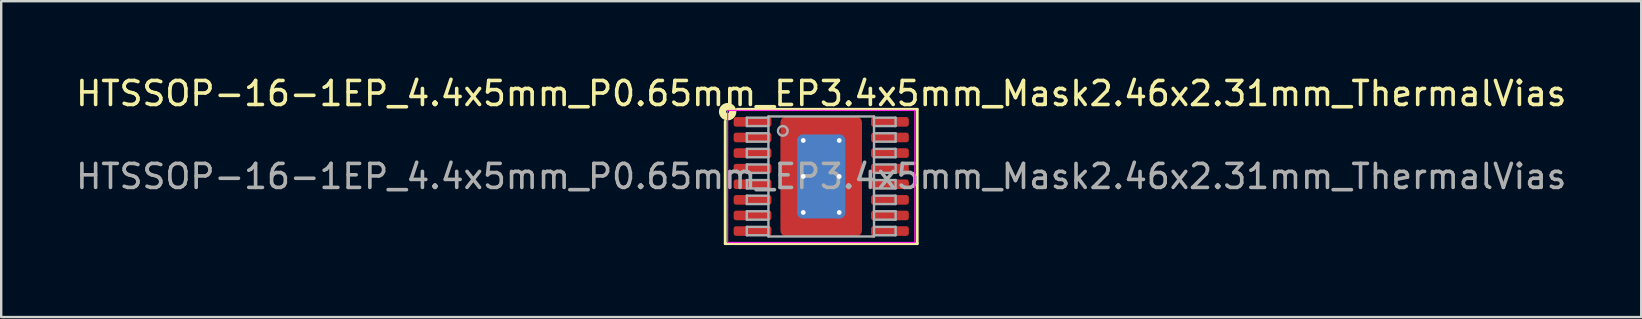
<source format=kicad_pcb>
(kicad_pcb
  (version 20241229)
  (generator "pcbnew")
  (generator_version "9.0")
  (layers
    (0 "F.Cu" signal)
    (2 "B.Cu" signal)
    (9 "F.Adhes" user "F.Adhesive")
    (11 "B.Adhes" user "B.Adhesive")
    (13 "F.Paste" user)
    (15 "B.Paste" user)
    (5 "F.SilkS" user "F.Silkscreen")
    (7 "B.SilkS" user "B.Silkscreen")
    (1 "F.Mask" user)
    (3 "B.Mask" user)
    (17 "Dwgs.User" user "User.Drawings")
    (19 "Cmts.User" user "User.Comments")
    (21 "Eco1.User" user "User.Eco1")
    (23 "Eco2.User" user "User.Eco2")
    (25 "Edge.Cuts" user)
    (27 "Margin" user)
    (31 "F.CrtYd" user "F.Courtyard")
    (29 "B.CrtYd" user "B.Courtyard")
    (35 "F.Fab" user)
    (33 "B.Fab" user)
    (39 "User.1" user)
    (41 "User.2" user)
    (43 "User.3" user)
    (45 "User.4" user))
  (footprint "HTSSOP-16-1EP_4.4x5mm_P0.65mm_EP3.4x5mm_Mask2.46x2.31mm_ThermalVias"
    (layer "F.Cu")
    (at 31.173 4.304)
    (property "Reference" "HTSSOP-16-1EP_4.4x5mm_P0.65mm_EP3.4x5mm_Mask2.46x2.31mm_ThermalVias" (at 0 -3.456 0) (layer "F.SilkS") (effects (font (size 1 1) (thickness 0.15))))
    (attr smd)
    (fp_line (start -4 2.8) (end -4 -2.3) (stroke (width 0.12) (type solid)) (layer "F.SilkS"))
    (fp_line (start -3.5 -2.8) (end 4 -2.8) (stroke (width 0.12) (type solid)) (layer "F.SilkS"))
    (fp_line (start 4 -2.8) (end 4 2.8) (stroke (width 0.12) (type solid)) (layer "F.SilkS"))
    (fp_line (start 4 2.8) (end -4 2.8) (stroke (width 0.12) (type solid)) (layer "F.SilkS"))
    (fp_circle (center -3.9 -2.7) (end -3.837 -2.7) (stroke (width 0.3) (type solid)) (fill no) (layer "F.SilkS"))
    (fp_line (start -3.9 -2.75) (end -3.9 2.75) (stroke (width 0.05) (type solid)) (layer "F.CrtYd"))
    (fp_line (start -3.9 2.75) (end 3.9 2.75) (stroke (width 0.05) (type solid)) (layer "F.CrtYd"))
    (fp_line (start 3.9 -2.75) (end -3.9 -2.75) (stroke (width 0.05) (type solid)) (layer "F.CrtYd"))
    (fp_line (start 3.9 2.75) (end 3.9 -2.75) (stroke (width 0.05) (type solid)) (layer "F.CrtYd"))
    (fp_line (start -3.1 -2.45) (end -3.1 -2.1) (stroke (width 0.1) (type solid)) (layer "F.Fab"))
    (fp_line (start -3.1 -2.45) (end -2.2 -2.45) (stroke (width 0.1) (type solid)) (layer "F.Fab"))
    (fp_line (start -3.1 -2.1) (end -2.2 -2.1) (stroke (width 0.1) (type solid)) (layer "F.Fab"))
    (fp_line (start -3.1 -1.8) (end -3.1 -1.45) (stroke (width 0.1) (type solid)) (layer "F.Fab"))
    (fp_line (start -3.1 -1.8) (end -2.2 -1.8) (stroke (width 0.1) (type solid)) (layer "F.Fab"))
    (fp_line (start -3.1 -1.45) (end -2.2 -1.45) (stroke (width 0.1) (type solid)) (layer "F.Fab"))
    (fp_line (start -3.1 -1.15) (end -3.1 -0.8) (stroke (width 0.1) (type solid)) (layer "F.Fab"))
    (fp_line (start -3.1 -1.15) (end -2.2 -1.15) (stroke (width 0.1) (type solid)) (layer "F.Fab"))
    (fp_line (start -3.1 -0.8) (end -2.2 -0.8) (stroke (width 0.1) (type solid)) (layer "F.Fab"))
    (fp_line (start -3.1 -0.5) (end -3.1 -0.15) (stroke (width 0.1) (type solid)) (layer "F.Fab"))
    (fp_line (start -3.1 -0.5) (end -2.2 -0.5) (stroke (width 0.1) (type solid)) (layer "F.Fab"))
    (fp_line (start -3.1 -0.15) (end -2.2 -0.15) (stroke (width 0.1) (type solid)) (layer "F.Fab"))
    (fp_line (start -3.1 0.15) (end -3.1 0.5) (stroke (width 0.1) (type solid)) (layer "F.Fab"))
    (fp_line (start -3.1 0.15) (end -2.2 0.15) (stroke (width 0.1) (type solid)) (layer "F.Fab"))
    (fp_line (start -3.1 0.5) (end -2.2 0.5) (stroke (width 0.1) (type solid)) (layer "F.Fab"))
    (fp_line (start -3.1 0.8) (end -3.1 1.15) (stroke (width 0.1) (type solid)) (layer "F.Fab"))
    (fp_line (start -3.1 0.8) (end -2.2 0.8) (stroke (width 0.1) (type solid)) (layer "F.Fab"))
    (fp_line (start -3.1 1.15) (end -2.2 1.15) (stroke (width 0.1) (type solid)) (layer "F.Fab"))
    (fp_line (start -3.1 1.45) (end -3.1 1.8) (stroke (width 0.1) (type solid)) (layer "F.Fab"))
    (fp_line (start -3.1 1.45) (end -2.2 1.45) (stroke (width 0.1) (type solid)) (layer "F.Fab"))
    (fp_line (start -3.1 1.8) (end -2.2 1.8) (stroke (width 0.1) (type solid)) (layer "F.Fab"))
    (fp_line (start -3.1 2.1) (end -3.1 2.45) (stroke (width 0.1) (type solid)) (layer "F.Fab"))
    (fp_line (start -3.1 2.1) (end -2.2 2.1) (stroke (width 0.1) (type solid)) (layer "F.Fab"))
    (fp_line (start -3.1 2.45) (end -2.2 2.45) (stroke (width 0.1) (type solid)) (layer "F.Fab"))
    (fp_line (start -2.2 -2.5) (end 2.2 -2.5) (stroke (width 0.1) (type solid)) (layer "F.Fab"))
    (fp_line (start -2.2 2.5) (end -2.2 -2.5) (stroke (width 0.1) (type solid)) (layer "F.Fab"))
    (fp_line (start 2.2 -2.5) (end 2.2 2.5) (stroke (width 0.1) (type solid)) (layer "F.Fab"))
    (fp_line (start 2.2 2.5) (end -2.2 2.5) (stroke (width 0.1) (type solid)) (layer "F.Fab"))
    (fp_line (start 3.1 -2.45) (end 2.2 -2.45) (stroke (width 0.1) (type solid)) (layer "F.Fab"))
    (fp_line (start 3.1 -2.1) (end 2.2 -2.1) (stroke (width 0.1) (type solid)) (layer "F.Fab"))
    (fp_line (start 3.1 -2.1) (end 3.1 -2.45) (stroke (width 0.1) (type solid)) (layer "F.Fab"))
    (fp_line (start 3.1 -1.8) (end 2.2 -1.8) (stroke (width 0.1) (type solid)) (layer "F.Fab"))
    (fp_line (start 3.1 -1.45) (end 2.2 -1.45) (stroke (width 0.1) (type solid)) (layer "F.Fab"))
    (fp_line (start 3.1 -1.45) (end 3.1 -1.8) (stroke (width 0.1) (type solid)) (layer "F.Fab"))
    (fp_line (start 3.1 -1.15) (end 2.2 -1.15) (stroke (width 0.1) (type solid)) (layer "F.Fab"))
    (fp_line (start 3.1 -0.8) (end 2.2 -0.8) (stroke (width 0.1) (type solid)) (layer "F.Fab"))
    (fp_line (start 3.1 -0.8) (end 3.1 -1.15) (stroke (width 0.1) (type solid)) (layer "F.Fab"))
    (fp_line (start 3.1 -0.5) (end 2.2 -0.5) (stroke (width 0.1) (type solid)) (layer "F.Fab"))
    (fp_line (start 3.1 -0.15) (end 2.2 -0.15) (stroke (width 0.1) (type solid)) (layer "F.Fab"))
    (fp_line (start 3.1 -0.15) (end 3.1 -0.5) (stroke (width 0.1) (type solid)) (layer "F.Fab"))
    (fp_line (start 3.1 0.15) (end 2.2 0.15) (stroke (width 0.1) (type solid)) (layer "F.Fab"))
    (fp_line (start 3.1 0.5) (end 2.2 0.5) (stroke (width 0.1) (type solid)) (layer "F.Fab"))
    (fp_line (start 3.1 0.5) (end 3.1 0.15) (stroke (width 0.1) (type solid)) (layer "F.Fab"))
    (fp_line (start 3.1 0.8) (end 2.2 0.8) (stroke (width 0.1) (type solid)) (layer "F.Fab"))
    (fp_line (start 3.1 1.15) (end 2.2 1.15) (stroke (width 0.1) (type solid)) (layer "F.Fab"))
    (fp_line (start 3.1 1.15) (end 3.1 0.8) (stroke (width 0.1) (type solid)) (layer "F.Fab"))
    (fp_line (start 3.1 1.45) (end 2.2 1.45) (stroke (width 0.1) (type solid)) (layer "F.Fab"))
    (fp_line (start 3.1 1.8) (end 2.2 1.8) (stroke (width 0.1) (type solid)) (layer "F.Fab"))
    (fp_line (start 3.1 1.8) (end 3.1 1.45) (stroke (width 0.1) (type solid)) (layer "F.Fab"))
    (fp_line (start 3.1 2.1) (end 2.2 2.1) (stroke (width 0.1) (type solid)) (layer "F.Fab"))
    (fp_line (start 3.1 2.45) (end 2.2 2.45) (stroke (width 0.1) (type solid)) (layer "F.Fab"))
    (fp_line (start 3.1 2.45) (end 3.1 2.1) (stroke (width 0.1) (type solid)) (layer "F.Fab"))
    (fp_circle (center -1.6 -1.9) (end -1.4 -1.9) (stroke (width 0.1) (type solid)) (fill no) (layer "F.Fab"))
    (fp_text user "${REFERENCE}" (at 0 0 0) (layer "F.Fab") (effects (font (size 1 1) (thickness 0.15))))
    (pad "" smd roundrect (at -0.6 -0.6) (size 1 1) (layers "F.Paste") (roundrect_rratio 0.25))
    (pad "" smd roundrect (at -0.6 0.6) (size 1 1) (layers "F.Paste") (roundrect_rratio 0.25))
    (pad "" smd roundrect (at 0 0) (size 2.46 2.31) (layers "F.Mask") (roundrect_rratio 0.108))
    (pad "" smd roundrect (at 0.6 -0.6) (size 1 1) (layers "F.Paste") (roundrect_rratio 0.25))
    (pad "" smd roundrect (at 0.6 0.6) (size 1 1) (layers "F.Paste") (roundrect_rratio 0.25))
    (pad "1" smd roundrect (at -2.862 -2.275) (size 1.575 0.4) (layers "F.Cu" "F.Mask" "F.Paste") (roundrect_rratio 0.25))
    (pad "2" smd roundrect (at -2.862 -1.625) (size 1.575 0.4) (layers "F.Cu" "F.Mask" "F.Paste") (roundrect_rratio 0.25))
    (pad "3" smd roundrect (at -2.862 -0.975) (size 1.575 0.4) (layers "F.Cu" "F.Mask" "F.Paste") (roundrect_rratio 0.25))
    (pad "4" smd roundrect (at -2.862 -0.325) (size 1.575 0.4) (layers "F.Cu" "F.Mask" "F.Paste") (roundrect_rratio 0.25))
    (pad "5" smd roundrect (at -2.862 0.325) (size 1.575 0.4) (layers "F.Cu" "F.Mask" "F.Paste") (roundrect_rratio 0.25))
    (pad "6" smd roundrect (at -2.862 0.975) (size 1.575 0.4) (layers "F.Cu" "F.Mask" "F.Paste") (roundrect_rratio 0.25))
    (pad "7" smd roundrect (at -2.862 1.625) (size 1.575 0.4) (layers "F.Cu" "F.Mask" "F.Paste") (roundrect_rratio 0.25))
    (pad "8" smd roundrect (at -2.862 2.275) (size 1.575 0.4) (layers "F.Cu" "F.Mask" "F.Paste") (roundrect_rratio 0.25))
    (pad "9" smd roundrect (at 2.862 2.275) (size 1.575 0.4) (layers "F.Cu" "F.Mask" "F.Paste") (roundrect_rratio 0.25))
    (pad "10" smd roundrect (at 2.862 1.625) (size 1.575 0.4) (layers "F.Cu" "F.Mask" "F.Paste") (roundrect_rratio 0.25))
    (pad "11" smd roundrect (at 2.862 0.975) (size 1.575 0.4) (layers "F.Cu" "F.Mask" "F.Paste") (roundrect_rratio 0.25))
    (pad "12" smd roundrect (at 2.862 0.325) (size 1.575 0.4) (layers "F.Cu" "F.Mask" "F.Paste") (roundrect_rratio 0.25))
    (pad "13" smd roundrect (at 2.862 -0.325) (size 1.575 0.4) (layers "F.Cu" "F.Mask" "F.Paste") (roundrect_rratio 0.25))
    (pad "14" smd roundrect (at 2.862 -0.975) (size 1.575 0.4) (layers "F.Cu" "F.Mask" "F.Paste") (roundrect_rratio 0.25))
    (pad "15" smd roundrect (at 2.862 -1.625) (size 1.575 0.4) (layers "F.Cu" "F.Mask" "F.Paste") (roundrect_rratio 0.25))
    (pad "16" smd roundrect (at 2.862 -2.275) (size 1.575 0.4) (layers "F.Cu" "F.Mask" "F.Paste") (roundrect_rratio 0.25))
    (pad "17" thru_hole circle (at -0.75 -1.5) (size 0.5 0.5) (drill 0.2) (property pad_prop_heatsink) (layers "*.Cu"))
    (pad "17" thru_hole circle (at -0.75 0) (size 0.5 0.5) (drill 0.2) (property pad_prop_heatsink) (layers "*.Cu"))
    (pad "17" thru_hole circle (at -0.75 1.5) (size 0.5 0.5) (drill 0.2) (property pad_prop_heatsink) (layers "*.Cu"))
    (pad "17" smd roundrect (at 0 0) (size 2 3.5) (layers "B.Cu" "B.Mask") (roundrect_rratio 0.125))
    (pad "17" smd roundrect (at 0 0) (size 3.4 5) (layers "F.Cu") (roundrect_rratio 0.074))
    (pad "17" thru_hole circle (at 0.75 -1.5) (size 0.5 0.5) (drill 0.2) (property pad_prop_heatsink) (layers "*.Cu"))
    (pad "17" thru_hole circle (at 0.75 0) (size 0.5 0.5) (drill 0.2) (property pad_prop_heatsink) (layers "*.Cu"))
    (pad "17" thru_hole circle (at 0.75 1.5) (size 0.5 0.5) (drill 0.2) (property pad_prop_heatsink) (layers "*.Cu")))
  (gr_rect
    (start -3 -3)
    (end 65.345 10.164)
    (stroke (width 0.1) (type default))
    (fill no)
    (layer "Edge.Cuts")))
</source>
